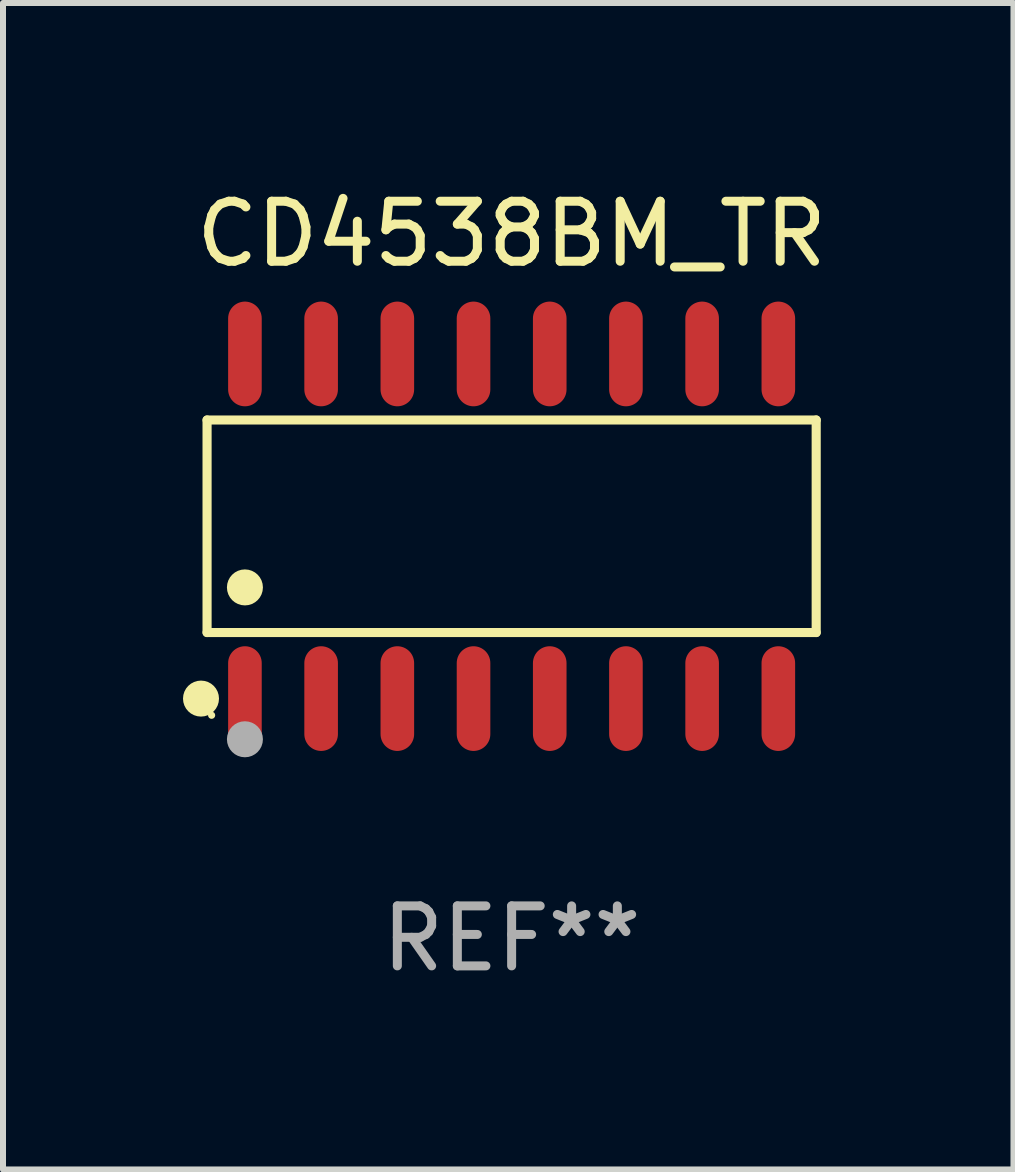
<source format=kicad_pcb>
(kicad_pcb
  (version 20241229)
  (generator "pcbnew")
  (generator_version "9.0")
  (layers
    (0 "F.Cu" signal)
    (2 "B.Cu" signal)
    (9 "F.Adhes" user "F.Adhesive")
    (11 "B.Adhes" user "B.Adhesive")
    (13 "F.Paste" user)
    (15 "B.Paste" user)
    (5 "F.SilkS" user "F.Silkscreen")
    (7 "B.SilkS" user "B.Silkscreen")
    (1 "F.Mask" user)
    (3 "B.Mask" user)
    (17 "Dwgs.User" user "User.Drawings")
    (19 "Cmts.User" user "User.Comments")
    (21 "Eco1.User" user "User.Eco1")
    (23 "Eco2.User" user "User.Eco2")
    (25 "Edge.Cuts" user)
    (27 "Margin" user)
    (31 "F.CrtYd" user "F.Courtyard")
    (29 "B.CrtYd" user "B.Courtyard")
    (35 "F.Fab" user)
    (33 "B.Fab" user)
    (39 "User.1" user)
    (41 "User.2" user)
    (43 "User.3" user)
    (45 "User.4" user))
  (footprint "CD4538BM_TR"
    (layer "F.Cu")
    (at 5.477 5.721)
    (property "Reference" "CD4538BM_TR" (at 0 -4.872 0) (layer "F.SilkS") (effects (font (size 1 1) (thickness 0.15))))
    (attr through_hole)
    (fp_line (start -5.076 -1.771) (end 5.076 -1.771) (stroke (width 0.152) (type solid)) (layer "F.SilkS"))
    (fp_line (start -5.076 1.771) (end -5.076 -1.771) (stroke (width 0.152) (type solid)) (layer "F.SilkS"))
    (fp_line (start 5.076 -1.771) (end 5.076 1.771) (stroke (width 0.152) (type solid)) (layer "F.SilkS"))
    (fp_line (start 5.076 1.771) (end -5.076 1.771) (stroke (width 0.152) (type solid)) (layer "F.SilkS"))
    (fp_circle (center -5.177 2.872) (end -5.027 2.872) (stroke (width 0.3) (type solid)) (fill no) (layer "F.SilkS"))
    (fp_circle (center -5 3.15) (end -4.97 3.15) (stroke (width 0.06) (type solid)) (fill no) (layer "F.SilkS"))
    (fp_circle (center -4.445 1.019) (end -4.295 1.019) (stroke (width 0.3) (type solid)) (fill no) (layer "F.SilkS"))
    (fp_circle (center -4.445 3.55) (end -4.295 3.55) (stroke (width 0.3) (type solid)) (fill no) (layer "F.Fab"))
    (fp_text user "REF**" (at 0 6.872 0) (layer "F.Fab") (effects (font (size 1 1) (thickness 0.15))))
    (pad "1" smd oval (at -4.445 2.872) (size 0.56 1.745) (layers "F.Cu" "F.Mask" "F.Paste"))
    (pad "2" smd oval (at -3.175 2.872) (size 0.56 1.745) (layers "F.Cu" "F.Mask" "F.Paste"))
    (pad "3" smd oval (at -1.905 2.872) (size 0.56 1.745) (layers "F.Cu" "F.Mask" "F.Paste"))
    (pad "4" smd oval (at -0.635 2.872) (size 0.56 1.745) (layers "F.Cu" "F.Mask" "F.Paste"))
    (pad "5" smd oval (at 0.635 2.872) (size 0.56 1.745) (layers "F.Cu" "F.Mask" "F.Paste"))
    (pad "6" smd oval (at 1.905 2.872) (size 0.56 1.745) (layers "F.Cu" "F.Mask" "F.Paste"))
    (pad "7" smd oval (at 3.175 2.872) (size 0.56 1.745) (layers "F.Cu" "F.Mask" "F.Paste"))
    (pad "8" smd oval (at 4.445 2.872) (size 0.56 1.745) (layers "F.Cu" "F.Mask" "F.Paste"))
    (pad "9" smd oval (at 4.445 -2.872) (size 0.56 1.745) (layers "F.Cu" "F.Mask" "F.Paste"))
    (pad "10" smd oval (at 3.175 -2.872) (size 0.56 1.745) (layers "F.Cu" "F.Mask" "F.Paste"))
    (pad "11" smd oval (at 1.905 -2.872) (size 0.56 1.745) (layers "F.Cu" "F.Mask" "F.Paste"))
    (pad "12" smd oval (at 0.635 -2.872) (size 0.56 1.745) (layers "F.Cu" "F.Mask" "F.Paste"))
    (pad "13" smd oval (at -0.635 -2.872) (size 0.56 1.745) (layers "F.Cu" "F.Mask" "F.Paste"))
    (pad "14" smd oval (at -1.905 -2.872) (size 0.56 1.745) (layers "F.Cu" "F.Mask" "F.Paste"))
    (pad "15" smd oval (at -3.175 -2.872) (size 0.56 1.745) (layers "F.Cu" "F.Mask" "F.Paste"))
    (pad "16" smd oval (at -4.445 -2.872) (size 0.56 1.745) (layers "F.Cu" "F.Mask" "F.Paste")))
  (gr_rect
    (start -3 -3)
    (end 13.841 16.441)
    (stroke (width 0.1) (type default))
    (fill no)
    (layer "Edge.Cuts")))
</source>
